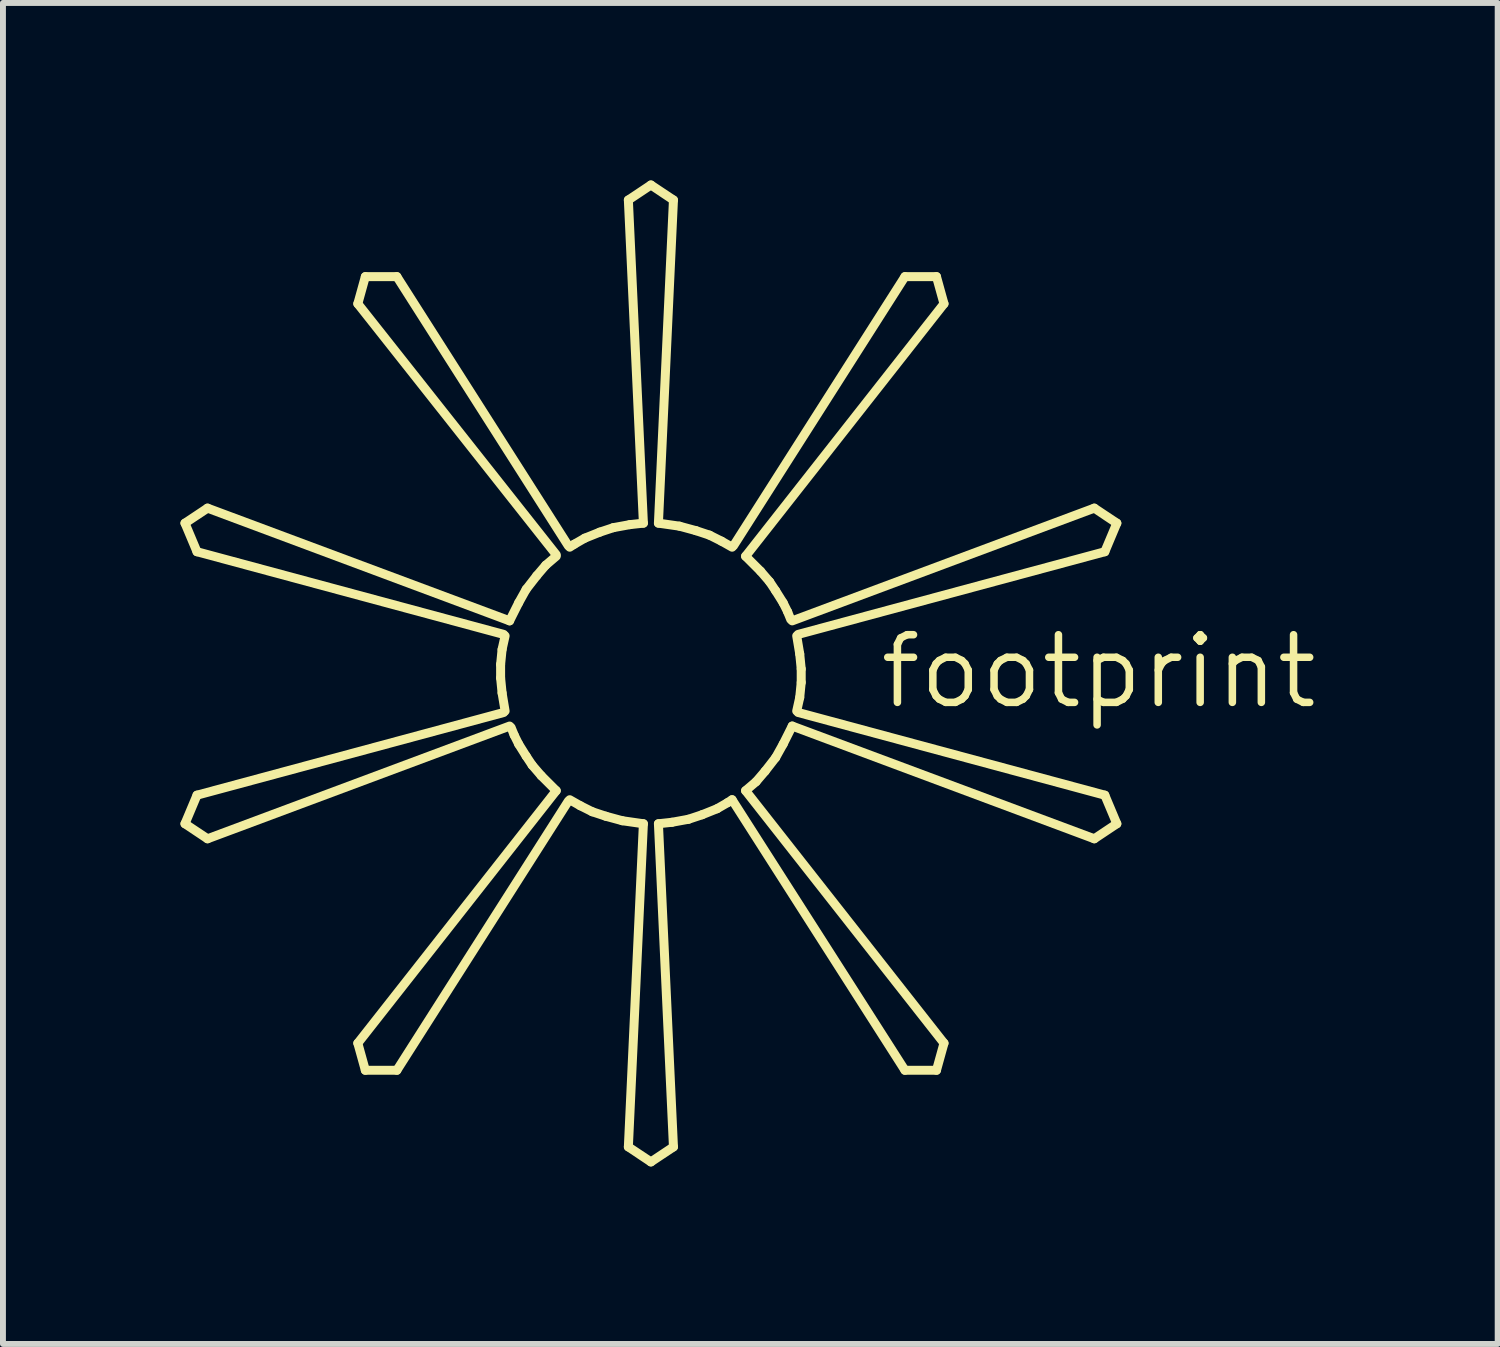
<source format=kicad_pcb>
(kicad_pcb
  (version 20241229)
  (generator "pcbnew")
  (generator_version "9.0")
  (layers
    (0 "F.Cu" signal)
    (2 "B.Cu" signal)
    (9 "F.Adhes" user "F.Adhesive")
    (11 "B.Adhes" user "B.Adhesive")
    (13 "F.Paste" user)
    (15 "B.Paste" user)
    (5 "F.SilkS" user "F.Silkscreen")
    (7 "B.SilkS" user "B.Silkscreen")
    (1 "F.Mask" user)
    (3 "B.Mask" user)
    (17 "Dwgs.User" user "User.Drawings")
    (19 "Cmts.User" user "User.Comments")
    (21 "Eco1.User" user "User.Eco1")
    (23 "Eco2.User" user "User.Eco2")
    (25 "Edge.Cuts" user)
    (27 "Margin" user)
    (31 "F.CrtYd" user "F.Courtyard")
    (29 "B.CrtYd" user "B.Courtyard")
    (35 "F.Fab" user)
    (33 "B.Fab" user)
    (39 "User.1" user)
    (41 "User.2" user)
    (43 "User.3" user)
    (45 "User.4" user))
  (footprint "footprint"
    (layer "F.Cu")
    (at 7.95 8.331)
    (property "Reference" "footprint" (at 3.81 0.635 0) (layer "F.SilkS") (effects (font (size 1.143 1.143) (thickness 0.127)) (justify left bottom)))
    (fp_line (start -7.874 -2.54) (end -7.671 -2.057) (stroke (width 0.152) (type solid)) (layer "F.SilkS"))
    (fp_line (start -7.874 2.54) (end -7.671 2.057) (stroke (width 0.152) (type solid)) (layer "F.SilkS"))
    (fp_line (start -7.493 -2.794) (end -7.874 -2.54) (stroke (width 0.152) (type solid)) (layer "F.SilkS"))
    (fp_line (start -7.493 2.794) (end -7.874 2.54) (stroke (width 0.152) (type solid)) (layer "F.SilkS"))
    (fp_line (start -4.826 -6.706) (end -4.953 -6.248) (stroke (width 0.152) (type solid)) (layer "F.SilkS"))
    (fp_line (start -4.826 6.706) (end -4.953 6.248) (stroke (width 0.152) (type solid)) (layer "F.SilkS"))
    (fp_line (start -4.293 -6.706) (end -4.826 -6.706) (stroke (width 0.152) (type solid)) (layer "F.SilkS"))
    (fp_line (start -4.293 6.706) (end -4.826 6.706) (stroke (width 0.152) (type solid)) (layer "F.SilkS"))
    (fp_line (start -2.54 -0.152) (end -2.54 0.076) (stroke (width 0.152) (type solid)) (layer "F.SilkS"))
    (fp_line (start -2.54 0.076) (end -2.515 0.33) (stroke (width 0.152) (type solid)) (layer "F.SilkS"))
    (fp_line (start -2.515 -0.406) (end -2.54 -0.152) (stroke (width 0.152) (type solid)) (layer "F.SilkS"))
    (fp_line (start -2.515 0.33) (end -2.464 0.635) (stroke (width 0.152) (type solid)) (layer "F.SilkS"))
    (fp_line (start -2.489 -0.66) (end -7.671 -2.057) (stroke (width 0.152) (type solid)) (layer "F.SilkS"))
    (fp_line (start -2.489 0.66) (end -7.671 2.057) (stroke (width 0.152) (type solid)) (layer "F.SilkS"))
    (fp_line (start -2.464 -0.635) (end -2.515 -0.406) (stroke (width 0.152) (type solid)) (layer "F.SilkS"))
    (fp_line (start -2.388 -0.889) (end -7.493 -2.794) (stroke (width 0.152) (type solid)) (layer "F.SilkS"))
    (fp_line (start -2.388 0.889) (end -7.493 2.794) (stroke (width 0.152) (type solid)) (layer "F.SilkS"))
    (fp_line (start -2.362 0.914) (end -2.311 1.041) (stroke (width 0.152) (type solid)) (layer "F.SilkS"))
    (fp_line (start -2.311 1.041) (end -2.235 1.194) (stroke (width 0.152) (type solid)) (layer "F.SilkS"))
    (fp_line (start -2.235 -1.194) (end -2.388 -0.889) (stroke (width 0.152) (type solid)) (layer "F.SilkS"))
    (fp_line (start -2.235 1.194) (end -2.108 1.397) (stroke (width 0.152) (type solid)) (layer "F.SilkS"))
    (fp_line (start -2.108 -1.422) (end -2.235 -1.194) (stroke (width 0.152) (type solid)) (layer "F.SilkS"))
    (fp_line (start -2.108 1.397) (end -2.007 1.549) (stroke (width 0.152) (type solid)) (layer "F.SilkS"))
    (fp_line (start -2.007 1.549) (end -1.854 1.727) (stroke (width 0.152) (type solid)) (layer "F.SilkS"))
    (fp_line (start -1.93 -1.651) (end -2.108 -1.422) (stroke (width 0.152) (type solid)) (layer "F.SilkS"))
    (fp_line (start -1.854 1.727) (end -1.6 1.981) (stroke (width 0.152) (type solid)) (layer "F.SilkS"))
    (fp_line (start -1.778 -1.829) (end -1.93 -1.651) (stroke (width 0.152) (type solid)) (layer "F.SilkS"))
    (fp_line (start -1.6 -2.007) (end -4.953 -6.248) (stroke (width 0.152) (type solid)) (layer "F.SilkS"))
    (fp_line (start -1.6 -1.981) (end -1.778 -1.829) (stroke (width 0.152) (type solid)) (layer "F.SilkS"))
    (fp_line (start -1.6 1.981) (end -4.953 6.248) (stroke (width 0.152) (type solid)) (layer "F.SilkS"))
    (fp_line (start -1.397 -2.159) (end -4.293 -6.706) (stroke (width 0.152) (type solid)) (layer "F.SilkS"))
    (fp_line (start -1.397 2.159) (end -4.293 6.706) (stroke (width 0.152) (type solid)) (layer "F.SilkS"))
    (fp_line (start -1.372 2.134) (end -1.194 2.235) (stroke (width 0.152) (type solid)) (layer "F.SilkS"))
    (fp_line (start -1.295 -2.184) (end -1.372 -2.134) (stroke (width 0.152) (type solid)) (layer "F.SilkS"))
    (fp_line (start -1.194 2.235) (end -0.991 2.337) (stroke (width 0.152) (type solid)) (layer "F.SilkS"))
    (fp_line (start -1.118 -2.286) (end -1.295 -2.184) (stroke (width 0.152) (type solid)) (layer "F.SilkS"))
    (fp_line (start -0.991 2.337) (end -0.762 2.413) (stroke (width 0.152) (type solid)) (layer "F.SilkS"))
    (fp_line (start -0.864 -2.388) (end -1.118 -2.286) (stroke (width 0.152) (type solid)) (layer "F.SilkS"))
    (fp_line (start -0.762 2.413) (end -0.483 2.489) (stroke (width 0.152) (type solid)) (layer "F.SilkS"))
    (fp_line (start -0.635 -2.464) (end -0.864 -2.388) (stroke (width 0.152) (type solid)) (layer "F.SilkS"))
    (fp_line (start -0.483 2.489) (end -0.127 2.54) (stroke (width 0.152) (type solid)) (layer "F.SilkS"))
    (fp_line (start -0.381 -8.001) (end 0 -8.255) (stroke (width 0.152) (type solid)) (layer "F.SilkS"))
    (fp_line (start -0.356 -2.515) (end -0.635 -2.464) (stroke (width 0.152) (type solid)) (layer "F.SilkS"))
    (fp_line (start -0.127 -2.54) (end -0.381 -8.001) (stroke (width 0.152) (type solid)) (layer "F.SilkS"))
    (fp_line (start -0.127 -2.54) (end -0.356 -2.515) (stroke (width 0.152) (type solid)) (layer "F.SilkS"))
    (fp_line (start -0.127 2.54) (end -0.381 8.001) (stroke (width 0.152) (type solid)) (layer "F.SilkS"))
    (fp_line (start 0 -8.255) (end 0.381 -8.001) (stroke (width 0.152) (type solid)) (layer "F.SilkS"))
    (fp_line (start 0 8.255) (end -0.381 8.001) (stroke (width 0.152) (type solid)) (layer "F.SilkS"))
    (fp_line (start 0.127 -2.54) (end 0.381 -8.001) (stroke (width 0.152) (type solid)) (layer "F.SilkS"))
    (fp_line (start 0.127 2.54) (end 0.356 2.515) (stroke (width 0.152) (type solid)) (layer "F.SilkS"))
    (fp_line (start 0.127 2.54) (end 0.381 8.001) (stroke (width 0.152) (type solid)) (layer "F.SilkS"))
    (fp_line (start 0.356 2.515) (end 0.635 2.464) (stroke (width 0.152) (type solid)) (layer "F.SilkS"))
    (fp_line (start 0.381 8.001) (end 0 8.255) (stroke (width 0.152) (type solid)) (layer "F.SilkS"))
    (fp_line (start 0.483 -2.489) (end 0.127 -2.54) (stroke (width 0.152) (type solid)) (layer "F.SilkS"))
    (fp_line (start 0.635 2.464) (end 0.864 2.388) (stroke (width 0.152) (type solid)) (layer "F.SilkS"))
    (fp_line (start 0.762 -2.413) (end 0.483 -2.489) (stroke (width 0.152) (type solid)) (layer "F.SilkS"))
    (fp_line (start 0.864 2.388) (end 1.118 2.286) (stroke (width 0.152) (type solid)) (layer "F.SilkS"))
    (fp_line (start 0.991 -2.337) (end 0.762 -2.413) (stroke (width 0.152) (type solid)) (layer "F.SilkS"))
    (fp_line (start 1.118 2.286) (end 1.295 2.184) (stroke (width 0.152) (type solid)) (layer "F.SilkS"))
    (fp_line (start 1.194 -2.235) (end 0.991 -2.337) (stroke (width 0.152) (type solid)) (layer "F.SilkS"))
    (fp_line (start 1.295 2.184) (end 1.372 2.134) (stroke (width 0.152) (type solid)) (layer "F.SilkS"))
    (fp_line (start 1.372 -2.134) (end 1.194 -2.235) (stroke (width 0.152) (type solid)) (layer "F.SilkS"))
    (fp_line (start 1.372 2.134) (end 4.293 6.706) (stroke (width 0.152) (type solid)) (layer "F.SilkS"))
    (fp_line (start 1.397 -2.159) (end 4.293 -6.706) (stroke (width 0.152) (type solid)) (layer "F.SilkS"))
    (fp_line (start 1.6 -1.981) (end 4.953 -6.248) (stroke (width 0.152) (type solid)) (layer "F.SilkS"))
    (fp_line (start 1.6 1.981) (end 1.778 1.829) (stroke (width 0.152) (type solid)) (layer "F.SilkS"))
    (fp_line (start 1.6 1.981) (end 4.953 6.248) (stroke (width 0.152) (type solid)) (layer "F.SilkS"))
    (fp_line (start 1.778 1.829) (end 1.93 1.651) (stroke (width 0.152) (type solid)) (layer "F.SilkS"))
    (fp_line (start 1.854 -1.727) (end 1.6 -1.981) (stroke (width 0.152) (type solid)) (layer "F.SilkS"))
    (fp_line (start 1.93 1.651) (end 2.108 1.422) (stroke (width 0.152) (type solid)) (layer "F.SilkS"))
    (fp_line (start 2.007 -1.549) (end 1.854 -1.727) (stroke (width 0.152) (type solid)) (layer "F.SilkS"))
    (fp_line (start 2.108 -1.397) (end 2.007 -1.549) (stroke (width 0.152) (type solid)) (layer "F.SilkS"))
    (fp_line (start 2.108 1.422) (end 2.235 1.194) (stroke (width 0.152) (type solid)) (layer "F.SilkS"))
    (fp_line (start 2.235 -1.194) (end 2.108 -1.397) (stroke (width 0.152) (type solid)) (layer "F.SilkS"))
    (fp_line (start 2.235 1.194) (end 2.388 0.889) (stroke (width 0.152) (type solid)) (layer "F.SilkS"))
    (fp_line (start 2.311 -1.041) (end 2.235 -1.194) (stroke (width 0.152) (type solid)) (layer "F.SilkS"))
    (fp_line (start 2.362 -0.914) (end 2.311 -1.041) (stroke (width 0.152) (type solid)) (layer "F.SilkS"))
    (fp_line (start 2.388 -0.889) (end 7.493 -2.794) (stroke (width 0.152) (type solid)) (layer "F.SilkS"))
    (fp_line (start 2.388 0.889) (end 7.493 2.794) (stroke (width 0.152) (type solid)) (layer "F.SilkS"))
    (fp_line (start 2.464 0.635) (end 2.515 0.406) (stroke (width 0.152) (type solid)) (layer "F.SilkS"))
    (fp_line (start 2.489 -0.66) (end 7.671 -2.057) (stroke (width 0.152) (type solid)) (layer "F.SilkS"))
    (fp_line (start 2.489 0.66) (end 7.671 2.057) (stroke (width 0.152) (type solid)) (layer "F.SilkS"))
    (fp_line (start 2.515 -0.33) (end 2.464 -0.635) (stroke (width 0.152) (type solid)) (layer "F.SilkS"))
    (fp_line (start 2.515 0.406) (end 2.54 0.152) (stroke (width 0.152) (type solid)) (layer "F.SilkS"))
    (fp_line (start 2.54 -0.076) (end 2.515 -0.33) (stroke (width 0.152) (type solid)) (layer "F.SilkS"))
    (fp_line (start 2.54 0.152) (end 2.54 -0.076) (stroke (width 0.152) (type solid)) (layer "F.SilkS"))
    (fp_line (start 4.293 -6.706) (end 4.826 -6.706) (stroke (width 0.152) (type solid)) (layer "F.SilkS"))
    (fp_line (start 4.293 6.706) (end 4.826 6.706) (stroke (width 0.152) (type solid)) (layer "F.SilkS"))
    (fp_line (start 4.826 -6.706) (end 4.953 -6.248) (stroke (width 0.152) (type solid)) (layer "F.SilkS"))
    (fp_line (start 4.826 6.706) (end 4.953 6.248) (stroke (width 0.152) (type solid)) (layer "F.SilkS"))
    (fp_line (start 7.493 -2.794) (end 7.874 -2.54) (stroke (width 0.152) (type solid)) (layer "F.SilkS"))
    (fp_line (start 7.493 2.794) (end 7.874 2.54) (stroke (width 0.152) (type solid)) (layer "F.SilkS"))
    (fp_line (start 7.874 -2.54) (end 7.671 -2.057) (stroke (width 0.152) (type solid)) (layer "F.SilkS"))
    (fp_line (start 7.874 2.54) (end 7.671 2.057) (stroke (width 0.152) (type solid)) (layer "F.SilkS")))
  (gr_rect
    (start -3 -3)
    (end 22.26 19.662)
    (stroke (width 0.1) (type default))
    (fill no)
    (layer "Edge.Cuts")))
</source>
